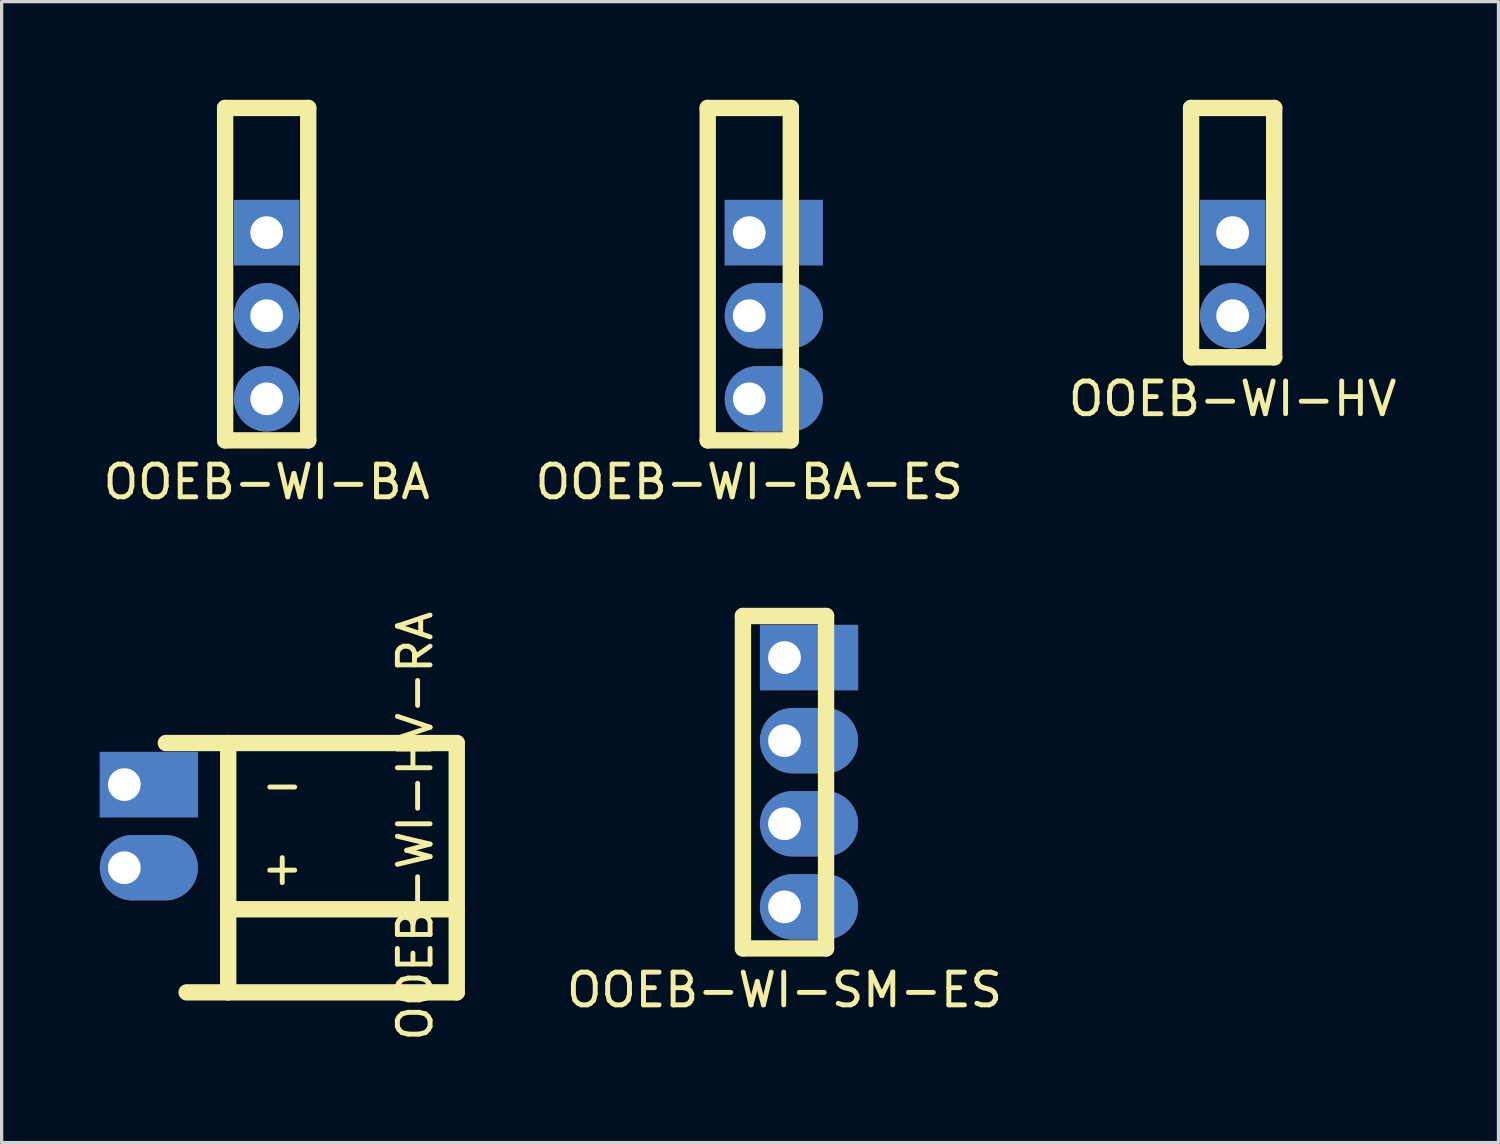
<source format=kicad_pcb>
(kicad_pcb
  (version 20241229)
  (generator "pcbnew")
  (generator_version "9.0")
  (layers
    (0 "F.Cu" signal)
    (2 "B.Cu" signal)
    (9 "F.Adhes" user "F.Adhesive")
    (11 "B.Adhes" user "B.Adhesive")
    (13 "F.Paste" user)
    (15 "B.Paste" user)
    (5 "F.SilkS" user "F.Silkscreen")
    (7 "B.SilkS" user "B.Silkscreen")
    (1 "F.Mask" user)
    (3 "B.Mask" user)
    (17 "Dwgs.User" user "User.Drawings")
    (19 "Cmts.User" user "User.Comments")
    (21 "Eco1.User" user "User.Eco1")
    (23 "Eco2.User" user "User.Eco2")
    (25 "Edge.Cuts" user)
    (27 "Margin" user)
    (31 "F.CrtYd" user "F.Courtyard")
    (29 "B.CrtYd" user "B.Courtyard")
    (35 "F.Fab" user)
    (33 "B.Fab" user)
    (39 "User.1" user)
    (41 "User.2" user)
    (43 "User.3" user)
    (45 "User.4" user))
  (footprint "OOEB-WI-BA-ES"
    (layer "F.Cu")
    (at 19.851 4.06)
    (property "Reference" "OOEB-WI-BA-ES" (at 0 7.62 180) (layer "F.SilkS") (effects (font (size 1 1) (thickness 0.15))))
    (attr through_hole)
    (fp_line (start -1.27 -3.81) (end 1.27 -3.81) (stroke (width 0.5) (type solid)) (layer "F.SilkS"))
    (fp_line (start -1.27 6.35) (end -1.27 -3.81) (stroke (width 0.5) (type solid)) (layer "F.SilkS"))
    (fp_line (start 1.27 -3.81) (end 1.27 6.35) (stroke (width 0.5) (type solid)) (layer "F.SilkS"))
    (fp_line (start 1.27 6.35) (end -1.27 6.35) (stroke (width 0.5) (type solid)) (layer "F.SilkS"))
    (pad "1" thru_hole rect (at 0 0) (size 3 2) (drill 1 (offset 0.75 0)) (layers "*.Cu" "*.Mask"))
    (pad "2" thru_hole oval (at 0 2.54) (size 3 2) (drill 1 (offset 0.75 0)) (layers "*.Cu" "*.Mask"))
    (pad "3" thru_hole oval (at 0 5.08) (size 3 2) (drill 1 (offset 0.75 0)) (layers "*.Cu" "*.Mask")))
  (footprint "OOEB-WI-HV"
    (layer "F.Cu")
    (at 34.625 4.06)
    (property "Reference" "OOEB-WI-HV" (at 0 5.08 180) (layer "F.SilkS") (effects (font (size 1 1) (thickness 0.15))))
    (attr through_hole)
    (fp_line (start -1.27 -3.81) (end 1.27 -3.81) (stroke (width 0.5) (type solid)) (layer "F.SilkS"))
    (fp_line (start -1.27 3.81) (end -1.27 -3.81) (stroke (width 0.5) (type solid)) (layer "F.SilkS"))
    (fp_line (start 1.27 -3.81) (end 1.27 3.81) (stroke (width 0.5) (type solid)) (layer "F.SilkS"))
    (fp_line (start 1.27 3.81) (end -1.27 3.81) (stroke (width 0.5) (type solid)) (layer "F.SilkS"))
    (pad "1" thru_hole rect (at 0 0) (size 2 2) (drill 1) (layers "*.Cu" "*.Mask"))
    (pad "2" thru_hole oval (at 0 2.54) (size 2 2) (drill 1) (layers "*.Cu" "*.Mask")))
  (footprint "OOEB-WI-BA"
    (layer "F.Cu")
    (at 5.101 4.06)
    (property "Reference" "OOEB-WI-BA" (at 0 7.62 180) (layer "F.SilkS") (effects (font (size 1 1) (thickness 0.15))))
    (attr through_hole)
    (fp_line (start -1.27 -3.81) (end 1.27 -3.81) (stroke (width 0.5) (type solid)) (layer "F.SilkS"))
    (fp_line (start -1.27 6.35) (end -1.27 -3.81) (stroke (width 0.5) (type solid)) (layer "F.SilkS"))
    (fp_line (start 1.27 -3.81) (end 1.27 6.35) (stroke (width 0.5) (type solid)) (layer "F.SilkS"))
    (fp_line (start 1.27 6.35) (end -1.27 6.35) (stroke (width 0.5) (type solid)) (layer "F.SilkS"))
    (pad "1" thru_hole rect (at 0 0) (size 2 2) (drill 1) (layers "*.Cu" "*.Mask"))
    (pad "2" thru_hole oval (at 0 2.54) (size 2 2) (drill 1) (layers "*.Cu" "*.Mask"))
    (pad "3" thru_hole oval (at 0 5.08) (size 2 2) (drill 1) (layers "*.Cu" "*.Mask")))
  (footprint "OOEB-WI-SM-ES"
    (layer "F.Cu")
    (at 20.928 17.048)
    (property "Reference" "OOEB-WI-SM-ES" (at 0 10.16 180) (layer "F.SilkS") (effects (font (size 1 1) (thickness 0.15))))
    (attr through_hole)
    (fp_line (start -1.27 -1.27) (end 1.27 -1.27) (stroke (width 0.5) (type solid)) (layer "F.SilkS"))
    (fp_line (start -1.27 8.89) (end -1.27 -1.27) (stroke (width 0.5) (type solid)) (layer "F.SilkS"))
    (fp_line (start 1.27 -1.27) (end 1.27 8.89) (stroke (width 0.5) (type solid)) (layer "F.SilkS"))
    (fp_line (start 1.27 8.89) (end -1.27 8.89) (stroke (width 0.5) (type solid)) (layer "F.SilkS"))
    (pad "1" thru_hole rect (at 0 0) (size 3 2) (drill 1 (offset 0.75 0)) (layers "*.Cu" "*.Mask"))
    (pad "2" thru_hole oval (at 0 2.54) (size 3 2) (drill 1 (offset 0.75 0)) (layers "*.Cu" "*.Mask"))
    (pad "3" thru_hole oval (at 0 5.08) (size 3 2) (drill 1 (offset 0.75 0)) (layers "*.Cu" "*.Mask"))
    (pad "4" thru_hole oval (at 0 7.62) (size 3 2) (drill 1 (offset 0.75 0)) (layers "*.Cu" "*.Mask")))
  (footprint "OOEB-WI-HV-RA"
    (layer "F.Cu")
    (at 0.75 20.931)
    (property "Reference" "OOEB-WI-HV-RA" (at 8.89 1.27 90) (layer "F.SilkS") (effects (font (size 1 1) (thickness 0.15))))
    (attr through_hole)
    (fp_line (start 1.27 -1.27) (end 10.16 -1.27) (stroke (width 0.5) (type solid)) (layer "F.SilkS"))
    (fp_line (start 3.175 -1.27) (end 3.175 6.35) (stroke (width 0.5) (type solid)) (layer "F.SilkS"))
    (fp_line (start 3.175 3.81) (end 10.16 3.81) (stroke (width 0.5) (type solid)) (layer "F.SilkS"))
    (fp_line (start 10.16 6.35) (end 1.905 6.35) (stroke (width 0.5) (type solid)) (layer "F.SilkS"))
    (fp_line (start 10.16 6.35) (end 10.16 -1.27) (stroke (width 0.5) (type solid)) (layer "F.SilkS"))
    (fp_text user "+" (at 4.826 2.54 0) (layer "F.SilkS") (effects (font (size 1 1) (thickness 0.15))))
    (fp_text user "-" (at 4.826 0 0) (layer "F.SilkS") (effects (font (size 1 1) (thickness 0.15))))
    (pad "1" thru_hole rect (at 0 0) (size 3 2) (drill 1 (offset 0.75 0)) (layers "*.Cu" "*.Mask"))
    (pad "2" thru_hole oval (at 0 2.54) (size 3 2) (drill 1 (offset 0.75 0)) (layers "*.Cu" "*.Mask")))
  (gr_rect
    (start -3 -3)
    (end 42.75 31.873)
    (stroke (width 0.1) (type default))
    (fill no)
    (layer "Edge.Cuts")))
</source>
